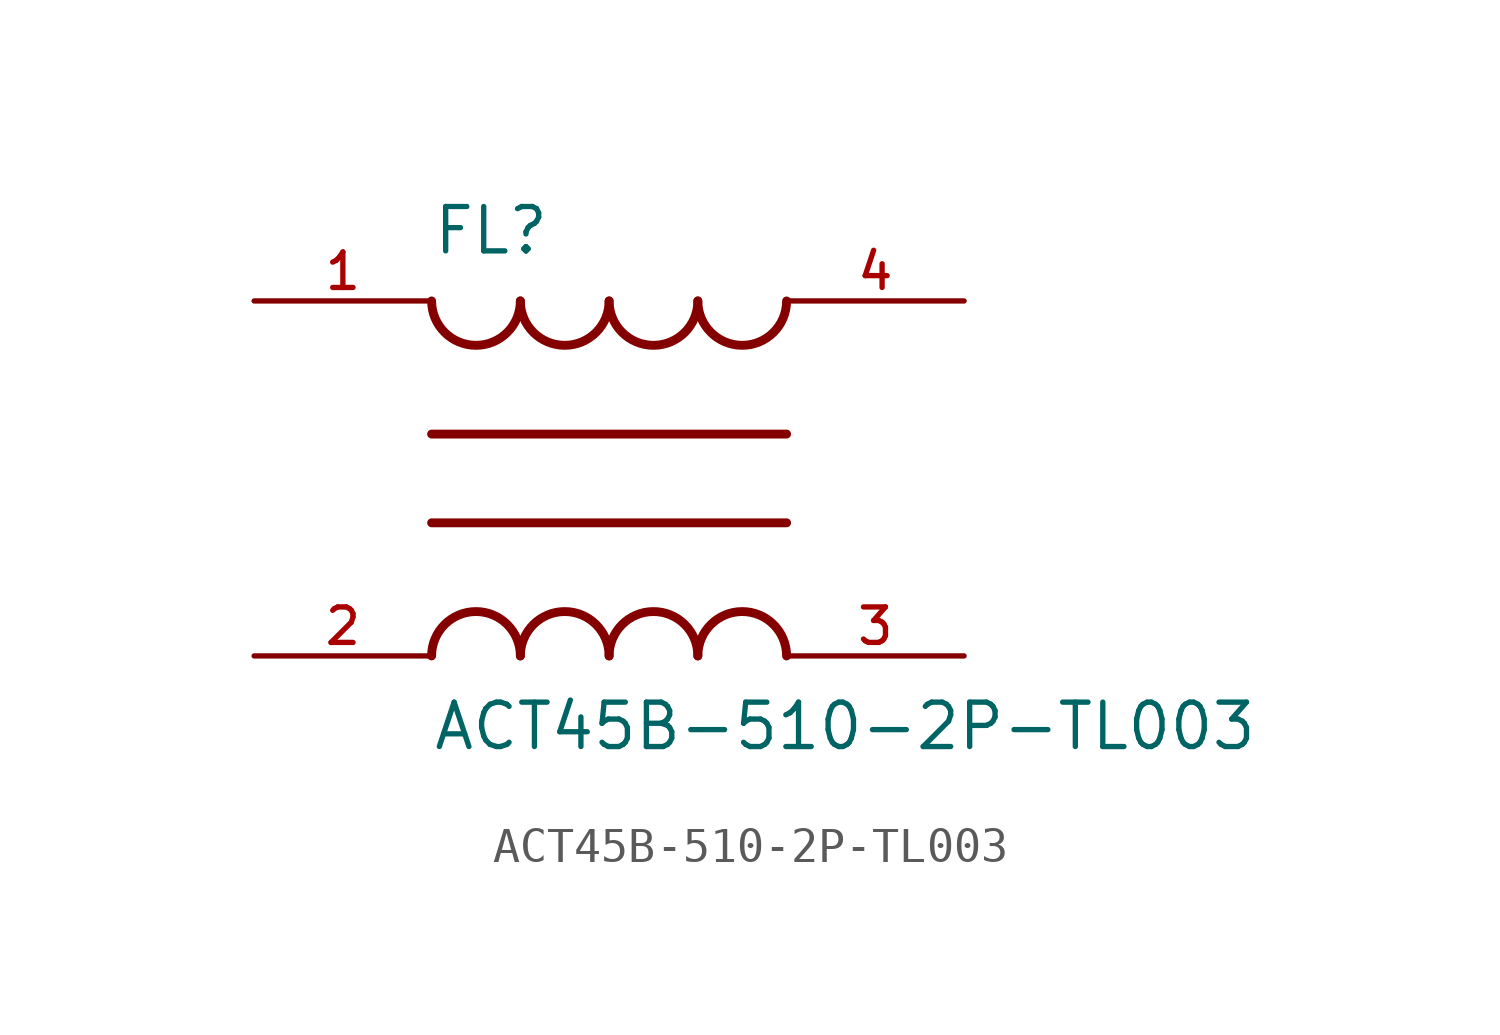
<source format=kicad_sym>
(kicad_symbol_lib
  (version 20211014)
  (generator kicad_symbol_editor)
  (symbol "ACT45B-510-2P-TL003"
    (pin_names
      (offset 1.016))
    (property "Reference" "FL"
      (at -5.08 6.35 0)
      (effects (font (size 1.27 1.27)) (justify bottom left)))
    (property "Value" "ACT45B-510-2P-TL003"
      (at -5.08 -6.35 0)
      (effects (font (size 1.27 1.27)) (justify top left)))
    (symbol "ACT45B-510-2P-TL003_0_0"
      (arc (start -2.54 -5.08) (mid -3.81 -3.81) (end -5.08 -5.08) (stroke (width 0.254) (type default) (color 0 0 0 0)) (fill (type none)))
      (arc (start 0.0 -5.08) (mid -1.27 -3.81) (end -2.54 -5.08) (stroke (width 0.254) (type default) (color 0 0 0 0)) (fill (type none)))
      (arc (start 2.54 -5.08) (mid 1.27 -3.81) (end 0.0 -5.08) (stroke (width 0.254) (type default) (color 0 0 0 0)) (fill (type none)))
      (arc (start 5.08 -5.08) (mid 3.81 -3.81) (end 2.54 -5.08) (stroke (width 0.254) (type default) (color 0 0 0 0)) (fill (type none)))
      (polyline (pts (xy -5.08 -1.27) (xy 5.08 -1.27)) (stroke (width 0.254)))
      (arc (start 2.54 5.08) (mid 3.81 3.81) (end 5.08 5.08) (stroke (width 0.254) (type default) (color 0 0 0 0)) (fill (type none)))
      (arc (start 0.0 5.08) (mid 1.27 3.81) (end 2.54 5.08) (stroke (width 0.254) (type default) (color 0 0 0 0)) (fill (type none)))
      (arc (start -2.54 5.08) (mid -1.27 3.81) (end 0.0 5.08) (stroke (width 0.254) (type default) (color 0 0 0 0)) (fill (type none)))
      (arc (start -5.08 5.08) (mid -3.81 3.81) (end -2.54 5.08) (stroke (width 0.254) (type default) (color 0 0 0 0)) (fill (type none)))
      (polyline (pts (xy 5.08 1.27) (xy -5.08 1.27)) (stroke (width 0.254)))
      (pin passive line (at 10.16 5.08 180.0) (length 5.08) (name "~" (effects (font (size 1.016 1.016)))) (number "4" (effects (font (size 1.016 1.016)))))
      (pin passive line (at 10.16 -5.08 180.0) (length 5.08) (name "~" (effects (font (size 1.016 1.016)))) (number "3" (effects (font (size 1.016 1.016)))))
      (pin passive line (at -10.16 -5.08 0) (length 5.08) (name "~" (effects (font (size 1.016 1.016)))) (number "2" (effects (font (size 1.016 1.016)))))
      (pin passive line (at -10.16 5.08 0) (length 5.08) (name "~" (effects (font (size 1.016 1.016)))) (number "1" (effects (font (size 1.016 1.016))))))))
</source>
